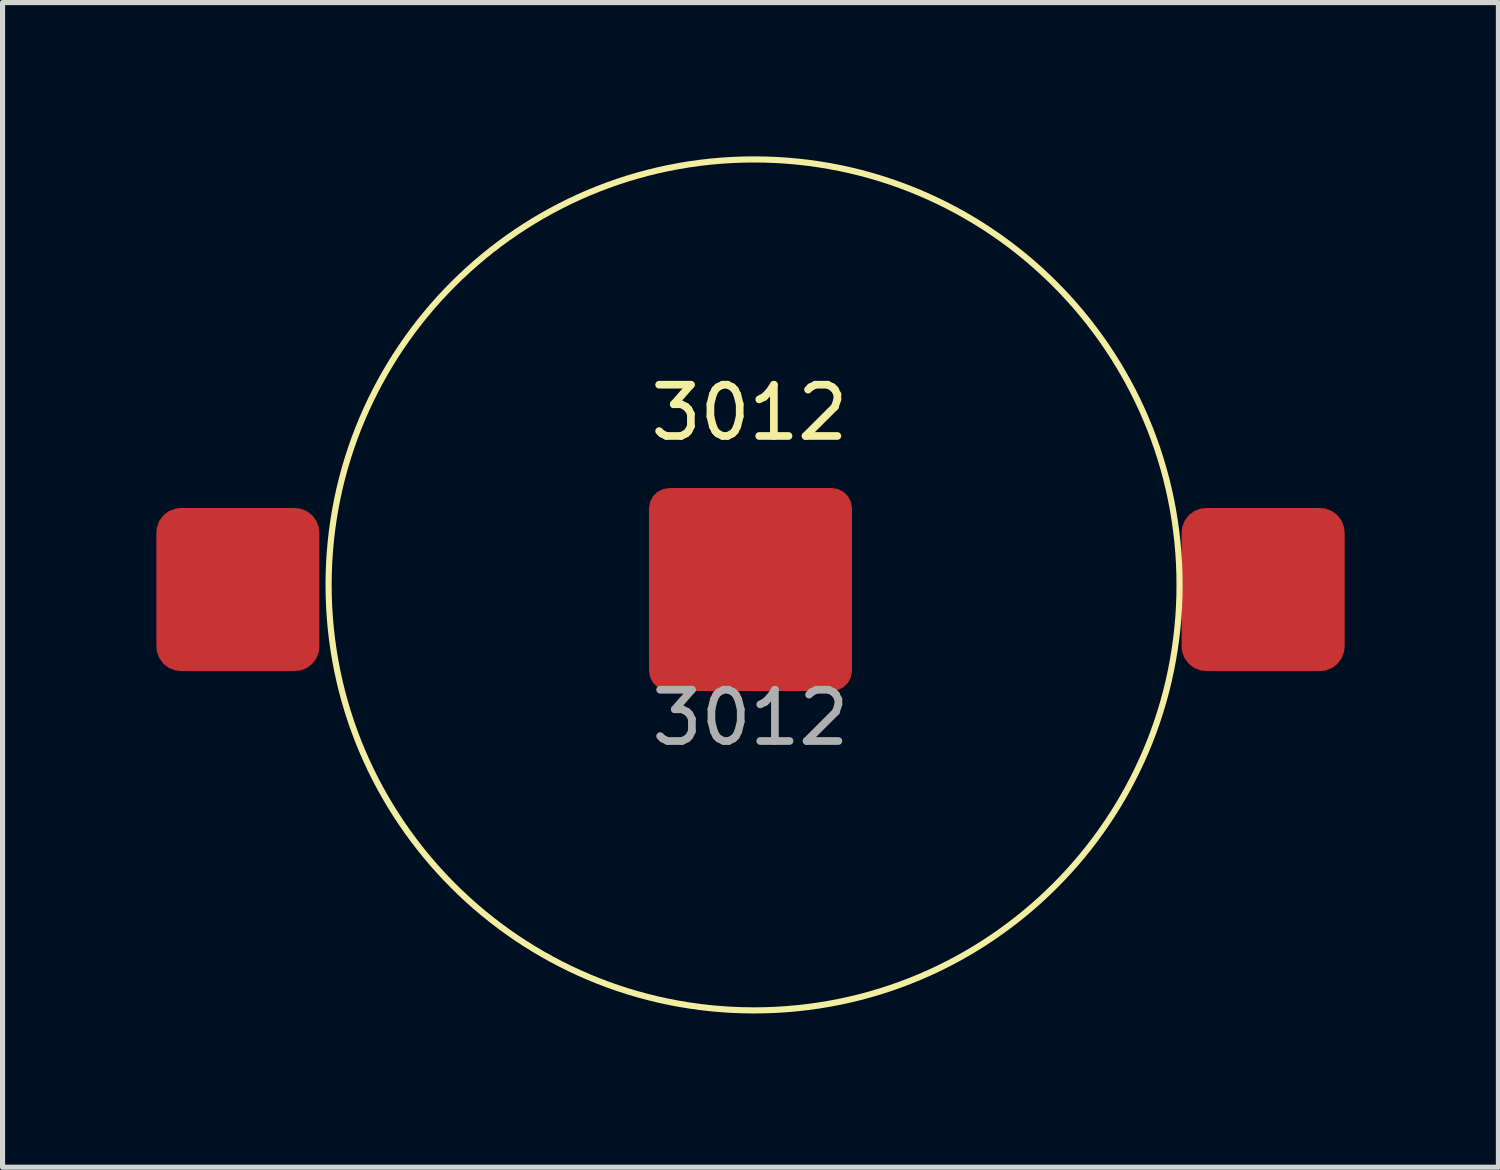
<source format=kicad_pcb>
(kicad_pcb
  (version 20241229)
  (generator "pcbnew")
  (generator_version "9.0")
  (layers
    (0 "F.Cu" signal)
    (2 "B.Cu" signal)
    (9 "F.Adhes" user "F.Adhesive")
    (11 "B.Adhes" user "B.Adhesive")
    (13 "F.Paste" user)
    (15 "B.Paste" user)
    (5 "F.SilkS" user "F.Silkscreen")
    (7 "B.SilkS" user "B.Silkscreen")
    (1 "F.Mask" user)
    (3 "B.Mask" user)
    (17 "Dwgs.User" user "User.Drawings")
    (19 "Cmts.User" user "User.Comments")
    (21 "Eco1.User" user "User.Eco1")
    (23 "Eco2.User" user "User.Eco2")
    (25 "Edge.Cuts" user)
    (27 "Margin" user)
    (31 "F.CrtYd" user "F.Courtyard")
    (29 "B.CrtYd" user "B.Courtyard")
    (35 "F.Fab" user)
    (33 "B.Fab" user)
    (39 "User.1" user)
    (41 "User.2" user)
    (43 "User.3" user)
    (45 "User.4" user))
  (footprint "3012"
    (layer "F.Cu")
    (at 11.59 8.45)
    (property "Reference" "3012" (at -0.02 -3.45 0) (unlocked yes) (layer "F.SilkS") (effects (font (size 1 1) (thickness 0.15))))
    (attr smd)
    (fp_circle (center 0.07 -0.09) (end 8.37 -0.09) (stroke (width 0.12) (type solid)) (fill no) (layer "F.SilkS"))
    (fp_text user "${REFERENCE}" (at 0 2.5 0) (unlocked yes) (layer "F.Fab") (effects (font (size 1 1) (thickness 0.15))))
    (pad "1" smd roundrect (at -10 0) (size 3.18 3.18) (layers "F.Cu" "F.Mask" "F.Paste") (roundrect_rratio 0.15))
    (pad "2" smd roundrect (at 10 0) (size 3.18 3.18) (layers "F.Cu" "F.Mask" "F.Paste") (roundrect_rratio 0.15))
    (pad "3" smd roundrect (at 0 0) (size 3.96 3.96) (layers "F.Cu" "F.Mask" "F.Paste") (roundrect_rratio 0.1)))
  (gr_rect
    (start -3 -3)
    (end 26.18 19.72)
    (stroke (width 0.1) (type default))
    (fill no)
    (layer "Edge.Cuts")))
</source>
